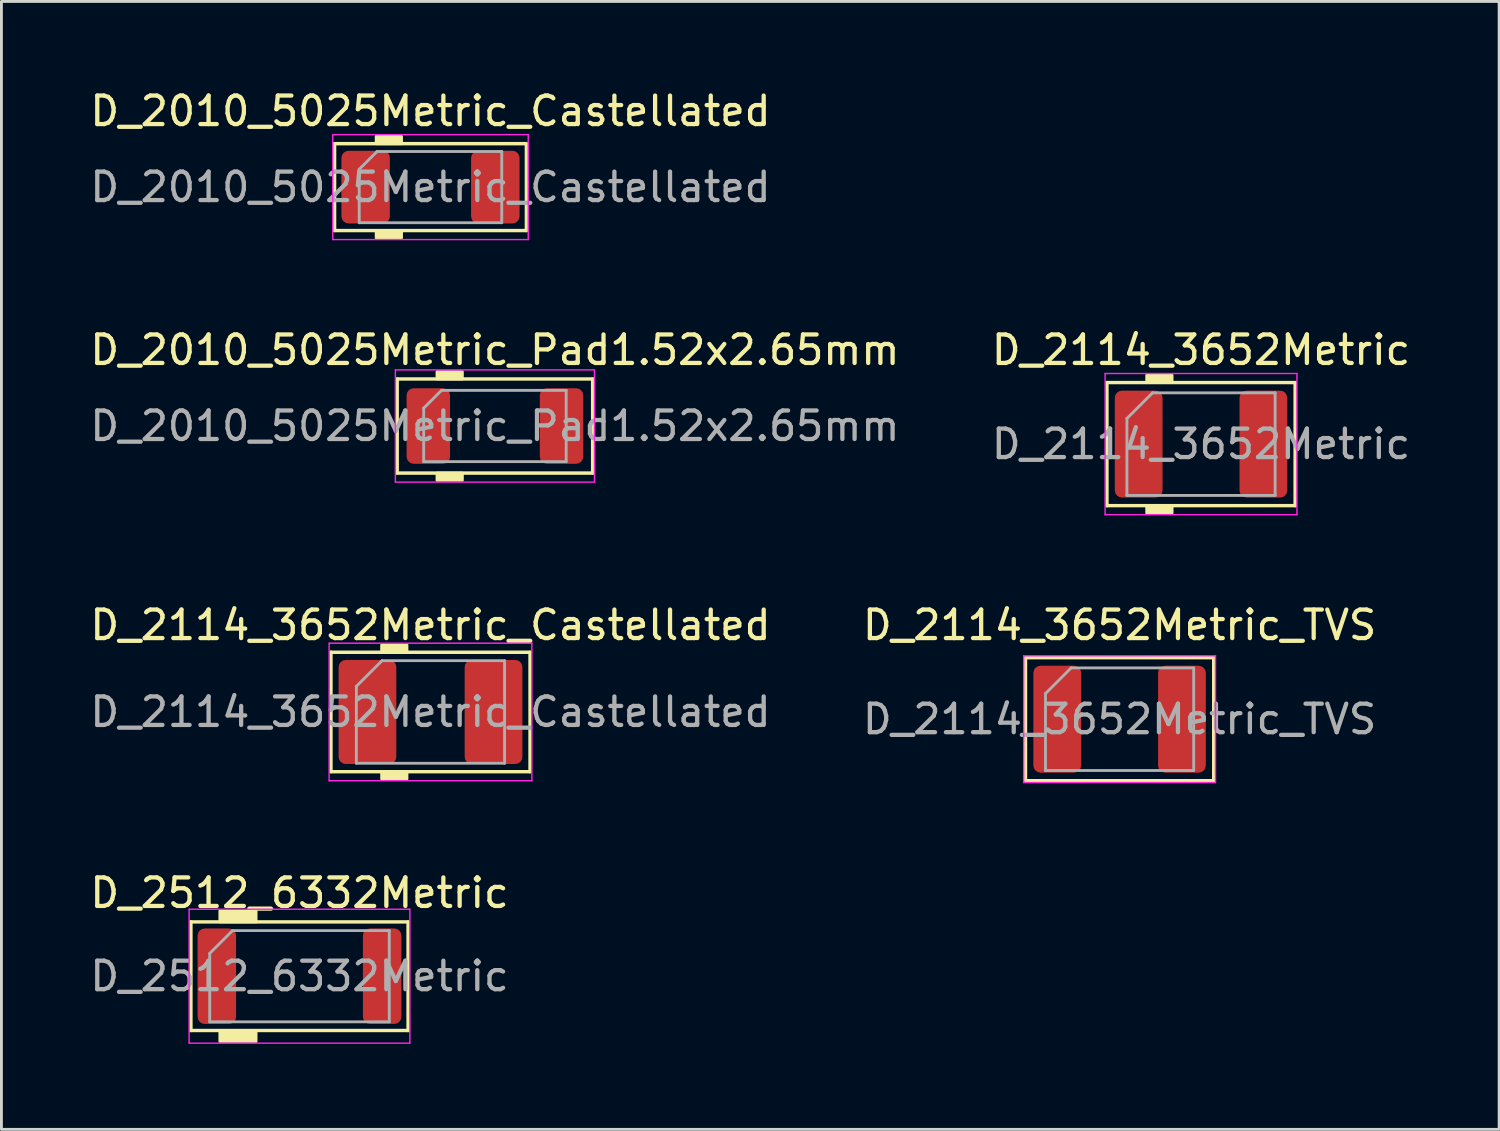
<source format=kicad_pcb>
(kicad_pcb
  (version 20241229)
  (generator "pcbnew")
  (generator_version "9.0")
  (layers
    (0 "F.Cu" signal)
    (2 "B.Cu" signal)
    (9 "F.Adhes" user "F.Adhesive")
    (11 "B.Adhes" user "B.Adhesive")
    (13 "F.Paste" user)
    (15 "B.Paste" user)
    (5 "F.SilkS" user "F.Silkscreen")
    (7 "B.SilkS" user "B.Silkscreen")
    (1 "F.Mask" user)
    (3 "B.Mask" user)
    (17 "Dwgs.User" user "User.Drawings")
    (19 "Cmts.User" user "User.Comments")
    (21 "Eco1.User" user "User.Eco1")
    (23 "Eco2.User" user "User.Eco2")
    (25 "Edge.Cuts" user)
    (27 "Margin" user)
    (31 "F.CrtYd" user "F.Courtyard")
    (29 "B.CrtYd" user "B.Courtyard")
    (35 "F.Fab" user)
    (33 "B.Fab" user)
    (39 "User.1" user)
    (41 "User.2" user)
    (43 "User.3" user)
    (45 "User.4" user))
  (footprint "D_2010_5025Metric_Castellated"
    (layer "F.Cu")
    (at 12.054 3.515)
    (property "Reference" "D_2010_5025Metric_Castellated" (at 0 -2.667 0) (layer "F.SilkS") (effects (font (size 1 1) (thickness 0.15))))
    (attr smd)
    (fp_line (start -3.365 -1.524) (end -3.365 1.524) (stroke (width 0.12) (type solid)) (layer "F.SilkS"))
    (fp_line (start -3.365 1.524) (end 3.365 1.524) (stroke (width 0.12) (type solid)) (layer "F.SilkS"))
    (fp_line (start 3.365 -1.524) (end -3.365 -1.524) (stroke (width 0.12) (type solid)) (layer "F.SilkS"))
    (fp_line (start 3.365 1.524) (end 3.365 -1.524) (stroke (width 0.12) (type solid)) (layer "F.SilkS"))
    (fp_poly (pts (xy -1.016 -1.524) (xy -1.905 -1.524) (xy -1.905 -1.778) (xy -1.016 -1.778)) (stroke (width 0.1) (type solid)) (fill yes) (layer "F.SilkS"))
    (fp_poly (pts (xy -1.016 1.778) (xy -1.905 1.778) (xy -1.905 1.524) (xy -1.016 1.524)) (stroke (width 0.1) (type solid)) (fill yes) (layer "F.SilkS"))
    (fp_line (start -3.429 -1.841) (end 3.429 -1.841) (stroke (width 0.05) (type solid)) (layer "F.CrtYd"))
    (fp_line (start -3.429 1.841) (end -3.429 -1.841) (stroke (width 0.05) (type solid)) (layer "F.CrtYd"))
    (fp_line (start 3.429 -1.841) (end 3.429 1.841) (stroke (width 0.05) (type solid)) (layer "F.CrtYd"))
    (fp_line (start 3.429 1.841) (end -3.429 1.841) (stroke (width 0.05) (type solid)) (layer "F.CrtYd"))
    (fp_line (start -2.5 -0.625) (end -2.5 1.25) (stroke (width 0.1) (type solid)) (layer "F.Fab"))
    (fp_line (start -2.5 1.25) (end 2.5 1.25) (stroke (width 0.1) (type solid)) (layer "F.Fab"))
    (fp_line (start -1.875 -1.25) (end -2.5 -0.625) (stroke (width 0.1) (type solid)) (layer "F.Fab"))
    (fp_line (start 2.5 -1.25) (end -1.875 -1.25) (stroke (width 0.1) (type solid)) (layer "F.Fab"))
    (fp_line (start 2.5 1.25) (end 2.5 -1.25) (stroke (width 0.1) (type solid)) (layer "F.Fab"))
    (fp_text user "${REFERENCE}" (at 0 0 0) (layer "F.Fab") (effects (font (size 1 1) (thickness 0.15))))
    (pad "1" smd roundrect (at -2.275 0) (size 1.7 2.55) (layers "F.Cu" "F.Mask" "F.Paste") (roundrect_rratio 0.147))
    (pad "2" smd roundrect (at 2.275 0) (size 1.7 2.55) (layers "F.Cu" "F.Mask" "F.Paste") (roundrect_rratio 0.147)))
  (footprint "D_2512_6332Metric"
    (layer "F.Cu")
    (at 7.458 31.201)
    (property "Reference" "D_2512_6332Metric" (at 0 -2.921 0) (layer "F.SilkS") (effects (font (size 1 1) (thickness 0.15))))
    (attr smd)
    (fp_line (start -3.81 -1.905) (end -3.81 1.905) (stroke (width 0.12) (type solid)) (layer "F.SilkS"))
    (fp_line (start -3.81 1.905) (end 3.81 1.905) (stroke (width 0.12) (type solid)) (layer "F.SilkS"))
    (fp_line (start 3.81 -1.905) (end -3.81 -1.905) (stroke (width 0.12) (type solid)) (layer "F.SilkS"))
    (fp_line (start 3.81 1.905) (end 3.81 -1.905) (stroke (width 0.12) (type solid)) (layer "F.SilkS"))
    (fp_poly (pts (xy -1.524 -1.905) (xy -2.794 -1.905) (xy -2.794 -2.286) (xy -1.524 -2.286)) (stroke (width 0.1) (type solid)) (fill yes) (layer "F.SilkS"))
    (fp_poly (pts (xy -1.524 2.286) (xy -2.794 2.286) (xy -2.794 1.905) (xy -1.524 1.905)) (stroke (width 0.1) (type solid)) (fill yes) (layer "F.SilkS"))
    (fp_line (start -3.873 -2.349) (end 3.873 -2.349) (stroke (width 0.05) (type solid)) (layer "F.CrtYd"))
    (fp_line (start -3.873 2.349) (end -3.873 -2.349) (stroke (width 0.05) (type solid)) (layer "F.CrtYd"))
    (fp_line (start 3.873 -2.349) (end 3.873 2.349) (stroke (width 0.05) (type solid)) (layer "F.CrtYd"))
    (fp_line (start 3.873 2.349) (end -3.873 2.349) (stroke (width 0.05) (type solid)) (layer "F.CrtYd"))
    (fp_line (start -3.15 -0.8) (end -3.15 1.6) (stroke (width 0.1) (type solid)) (layer "F.Fab"))
    (fp_line (start -3.15 1.6) (end 3.15 1.6) (stroke (width 0.1) (type solid)) (layer "F.Fab"))
    (fp_line (start -2.35 -1.6) (end -3.15 -0.8) (stroke (width 0.1) (type solid)) (layer "F.Fab"))
    (fp_line (start 3.15 -1.6) (end -2.35 -1.6) (stroke (width 0.1) (type solid)) (layer "F.Fab"))
    (fp_line (start 3.15 1.6) (end 3.15 -1.6) (stroke (width 0.1) (type solid)) (layer "F.Fab"))
    (fp_text user "${REFERENCE}" (at 0 0 0) (layer "F.Fab") (effects (font (size 1 1) (thickness 0.15))))
    (pad "1" smd roundrect (at -2.9 0) (size 1.35 3.35) (layers "F.Cu" "F.Mask" "F.Paste") (roundrect_rratio 0.185))
    (pad "2" smd roundrect (at 2.9 0) (size 1.35 3.35) (layers "F.Cu" "F.Mask" "F.Paste") (roundrect_rratio 0.185)))
  (footprint "D_2114_3652Metric_TVS"
    (layer "F.Cu")
    (at 36.232 22.184)
    (property "Reference" "D_2114_3652Metric_TVS" (at 0 -3.302 0) (layer "F.SilkS") (effects (font (size 1 1) (thickness 0.15))))
    (attr smd)
    (fp_line (start -3.302 -2.159) (end -3.302 2.159) (stroke (width 0.12) (type solid)) (layer "F.SilkS"))
    (fp_line (start -3.302 2.159) (end 3.302 2.159) (stroke (width 0.12) (type solid)) (layer "F.SilkS"))
    (fp_line (start 3.302 -2.159) (end -3.302 -2.159) (stroke (width 0.12) (type solid)) (layer "F.SilkS"))
    (fp_line (start 3.302 2.159) (end 3.302 -2.159) (stroke (width 0.12) (type solid)) (layer "F.SilkS"))
    (fp_line (start -3.365 -2.223) (end 3.365 -2.223) (stroke (width 0.05) (type solid)) (layer "F.CrtYd"))
    (fp_line (start -3.365 2.223) (end -3.365 -2.223) (stroke (width 0.05) (type solid)) (layer "F.CrtYd"))
    (fp_line (start 3.365 -2.223) (end 3.365 2.223) (stroke (width 0.05) (type solid)) (layer "F.CrtYd"))
    (fp_line (start 3.365 2.223) (end -3.365 2.223) (stroke (width 0.05) (type solid)) (layer "F.CrtYd"))
    (fp_line (start -2.6 -0.9) (end -2.6 1.8) (stroke (width 0.1) (type solid)) (layer "F.Fab"))
    (fp_line (start -2.6 1.8) (end 2.6 1.8) (stroke (width 0.1) (type solid)) (layer "F.Fab"))
    (fp_line (start -1.7 -1.8) (end -2.6 -0.9) (stroke (width 0.1) (type solid)) (layer "F.Fab"))
    (fp_line (start 2.6 -1.8) (end -1.7 -1.8) (stroke (width 0.1) (type solid)) (layer "F.Fab"))
    (fp_line (start 2.6 1.8) (end 2.6 -1.8) (stroke (width 0.1) (type solid)) (layer "F.Fab"))
    (fp_text user "${REFERENCE}" (at 0 0 0) (layer "F.Fab") (effects (font (size 1 1) (thickness 0.15))))
    (pad "1" smd roundrect (at -2.188 0) (size 1.675 3.75) (layers "F.Cu" "F.Mask" "F.Paste") (roundrect_rratio 0.149))
    (pad "2" smd roundrect (at 2.188 0) (size 1.675 3.75) (layers "F.Cu" "F.Mask" "F.Paste") (roundrect_rratio 0.149)))
  (footprint "D_2114_3652Metric"
    (layer "F.Cu")
    (at 39.089 12.532)
    (property "Reference" "D_2114_3652Metric" (at 0 -3.302 0) (layer "F.SilkS") (effects (font (size 1 1) (thickness 0.15))))
    (attr smd)
    (fp_line (start -3.302 -2.159) (end -3.302 2.159) (stroke (width 0.12) (type solid)) (layer "F.SilkS"))
    (fp_line (start -3.302 2.159) (end 3.302 2.159) (stroke (width 0.12) (type solid)) (layer "F.SilkS"))
    (fp_line (start 3.302 -2.159) (end -3.302 -2.159) (stroke (width 0.12) (type solid)) (layer "F.SilkS"))
    (fp_line (start 3.302 2.159) (end 3.302 -2.159) (stroke (width 0.12) (type solid)) (layer "F.SilkS"))
    (fp_poly (pts (xy -1.016 -2.159) (xy -1.905 -2.159) (xy -1.905 -2.413) (xy -1.016 -2.413)) (stroke (width 0.1) (type solid)) (fill yes) (layer "F.SilkS"))
    (fp_poly (pts (xy -1.016 2.413) (xy -1.905 2.413) (xy -1.905 2.159) (xy -1.016 2.159)) (stroke (width 0.1) (type solid)) (fill yes) (layer "F.SilkS"))
    (fp_line (start -3.365 -2.477) (end 3.365 -2.477) (stroke (width 0.05) (type solid)) (layer "F.CrtYd"))
    (fp_line (start -3.365 2.477) (end -3.365 -2.477) (stroke (width 0.05) (type solid)) (layer "F.CrtYd"))
    (fp_line (start 3.365 -2.477) (end 3.365 2.477) (stroke (width 0.05) (type solid)) (layer "F.CrtYd"))
    (fp_line (start 3.365 2.477) (end -3.365 2.477) (stroke (width 0.05) (type solid)) (layer "F.CrtYd"))
    (fp_line (start -2.6 -0.9) (end -2.6 1.8) (stroke (width 0.1) (type solid)) (layer "F.Fab"))
    (fp_line (start -2.6 1.8) (end 2.6 1.8) (stroke (width 0.1) (type solid)) (layer "F.Fab"))
    (fp_line (start -1.7 -1.8) (end -2.6 -0.9) (stroke (width 0.1) (type solid)) (layer "F.Fab"))
    (fp_line (start 2.6 -1.8) (end -1.7 -1.8) (stroke (width 0.1) (type solid)) (layer "F.Fab"))
    (fp_line (start 2.6 1.8) (end 2.6 -1.8) (stroke (width 0.1) (type solid)) (layer "F.Fab"))
    (fp_text user "${REFERENCE}" (at 0 0 0) (layer "F.Fab") (effects (font (size 1 1) (thickness 0.15))))
    (pad "1" smd roundrect (at -2.188 0) (size 1.675 3.75) (layers "F.Cu" "F.Mask" "F.Paste") (roundrect_rratio 0.149))
    (pad "2" smd roundrect (at 2.188 0) (size 1.675 3.75) (layers "F.Cu" "F.Mask" "F.Paste") (roundrect_rratio 0.149)))
  (footprint "D_2010_5025Metric_Pad1.52x2.65mm"
    (layer "F.Cu")
    (at 14.315 11.897)
    (property "Reference" "D_2010_5025Metric_Pad1.52x2.65mm" (at 0 -2.667 0) (layer "F.SilkS") (effects (font (size 1 1) (thickness 0.15))))
    (attr smd)
    (fp_line (start -3.429 -1.651) (end -3.429 1.651) (stroke (width 0.12) (type solid)) (layer "F.SilkS"))
    (fp_line (start -3.429 1.651) (end 3.429 1.651) (stroke (width 0.12) (type solid)) (layer "F.SilkS"))
    (fp_line (start 3.429 -1.651) (end -3.429 -1.651) (stroke (width 0.12) (type solid)) (layer "F.SilkS"))
    (fp_line (start 3.429 1.651) (end 3.429 -1.651) (stroke (width 0.12) (type solid)) (layer "F.SilkS"))
    (fp_poly (pts (xy -1.143 -1.651) (xy -2.032 -1.651) (xy -2.032 -1.905) (xy -1.143 -1.905)) (stroke (width 0.1) (type solid)) (fill yes) (layer "F.SilkS"))
    (fp_poly (pts (xy -1.143 1.905) (xy -2.032 1.905) (xy -2.032 1.651) (xy -1.143 1.651)) (stroke (width 0.1) (type solid)) (fill yes) (layer "F.SilkS"))
    (fp_line (start -3.493 -1.968) (end 3.493 -1.968) (stroke (width 0.05) (type solid)) (layer "F.CrtYd"))
    (fp_line (start -3.493 1.968) (end -3.493 -1.968) (stroke (width 0.05) (type solid)) (layer "F.CrtYd"))
    (fp_line (start 3.493 -1.968) (end 3.493 1.968) (stroke (width 0.05) (type solid)) (layer "F.CrtYd"))
    (fp_line (start 3.493 1.968) (end -3.493 1.968) (stroke (width 0.05) (type solid)) (layer "F.CrtYd"))
    (fp_line (start -2.5 -0.625) (end -2.5 1.25) (stroke (width 0.1) (type solid)) (layer "F.Fab"))
    (fp_line (start -2.5 1.25) (end 2.5 1.25) (stroke (width 0.1) (type solid)) (layer "F.Fab"))
    (fp_line (start -1.875 -1.25) (end -2.5 -0.625) (stroke (width 0.1) (type solid)) (layer "F.Fab"))
    (fp_line (start 2.5 -1.25) (end -1.875 -1.25) (stroke (width 0.1) (type solid)) (layer "F.Fab"))
    (fp_line (start 2.5 1.25) (end 2.5 -1.25) (stroke (width 0.1) (type solid)) (layer "F.Fab"))
    (fp_text user "${REFERENCE}" (at 0 0 0) (layer "F.Fab") (effects (font (size 1 1) (thickness 0.15))))
    (pad "1" smd roundrect (at -2.337 0) (size 1.525 2.65) (layers "F.Cu" "F.Mask" "F.Paste") (roundrect_rratio 0.164))
    (pad "2" smd roundrect (at 2.337 0) (size 1.525 2.65) (layers "F.Cu" "F.Mask" "F.Paste") (roundrect_rratio 0.164)))
  (footprint "D_2114_3652Metric_Castellated"
    (layer "F.Cu")
    (at 12.054 21.93)
    (property "Reference" "D_2114_3652Metric_Castellated" (at 0 -3.048 0) (layer "F.SilkS") (effects (font (size 1 1) (thickness 0.15))))
    (attr smd)
    (fp_line (start -3.493 -2.095) (end 3.493 -2.095) (stroke (width 0.12) (type solid)) (layer "F.SilkS"))
    (fp_line (start -3.493 2.095) (end -3.493 -2.095) (stroke (width 0.12) (type solid)) (layer "F.SilkS"))
    (fp_line (start 3.493 -2.095) (end 3.493 2.095) (stroke (width 0.12) (type solid)) (layer "F.SilkS"))
    (fp_line (start 3.493 2.095) (end -3.493 2.095) (stroke (width 0.12) (type solid)) (layer "F.SilkS"))
    (fp_poly (pts (xy -0.826 -2.095) (xy -1.714 -2.095) (xy -1.714 -2.349) (xy -0.826 -2.349)) (stroke (width 0.1) (type solid)) (fill yes) (layer "F.SilkS"))
    (fp_poly (pts (xy -0.826 2.349) (xy -1.714 2.349) (xy -1.714 2.095) (xy -0.826 2.095)) (stroke (width 0.1) (type solid)) (fill yes) (layer "F.SilkS"))
    (fp_line (start -3.556 -2.413) (end 3.556 -2.413) (stroke (width 0.05) (type solid)) (layer "F.CrtYd"))
    (fp_line (start -3.556 2.413) (end -3.556 -2.413) (stroke (width 0.05) (type solid)) (layer "F.CrtYd"))
    (fp_line (start 3.556 -2.413) (end 3.556 2.413) (stroke (width 0.05) (type solid)) (layer "F.CrtYd"))
    (fp_line (start 3.556 2.413) (end -3.556 2.413) (stroke (width 0.05) (type solid)) (layer "F.CrtYd"))
    (fp_line (start -2.6 -0.9) (end -2.6 1.8) (stroke (width 0.1) (type solid)) (layer "F.Fab"))
    (fp_line (start -2.6 1.8) (end 2.6 1.8) (stroke (width 0.1) (type solid)) (layer "F.Fab"))
    (fp_line (start -1.7 -1.8) (end -2.6 -0.9) (stroke (width 0.1) (type solid)) (layer "F.Fab"))
    (fp_line (start 2.6 -1.8) (end -1.7 -1.8) (stroke (width 0.1) (type solid)) (layer "F.Fab"))
    (fp_line (start 2.6 1.8) (end 2.6 -1.8) (stroke (width 0.1) (type solid)) (layer "F.Fab"))
    (fp_text user "${REFERENCE}" (at 0 0 0) (layer "F.Fab") (effects (font (size 1 1) (thickness 0.15))))
    (pad "1" smd roundrect (at -2.212 0) (size 2.025 3.65) (layers "F.Cu" "F.Mask" "F.Paste") (roundrect_rratio 0.123))
    (pad "2" smd roundrect (at 2.212 0) (size 2.025 3.65) (layers "F.Cu" "F.Mask" "F.Paste") (roundrect_rratio 0.123)))
  (gr_rect
    (start -3 -3)
    (end 49.548 36.575)
    (stroke (width 0.1) (type default))
    (fill no)
    (layer "Edge.Cuts")))
</source>
